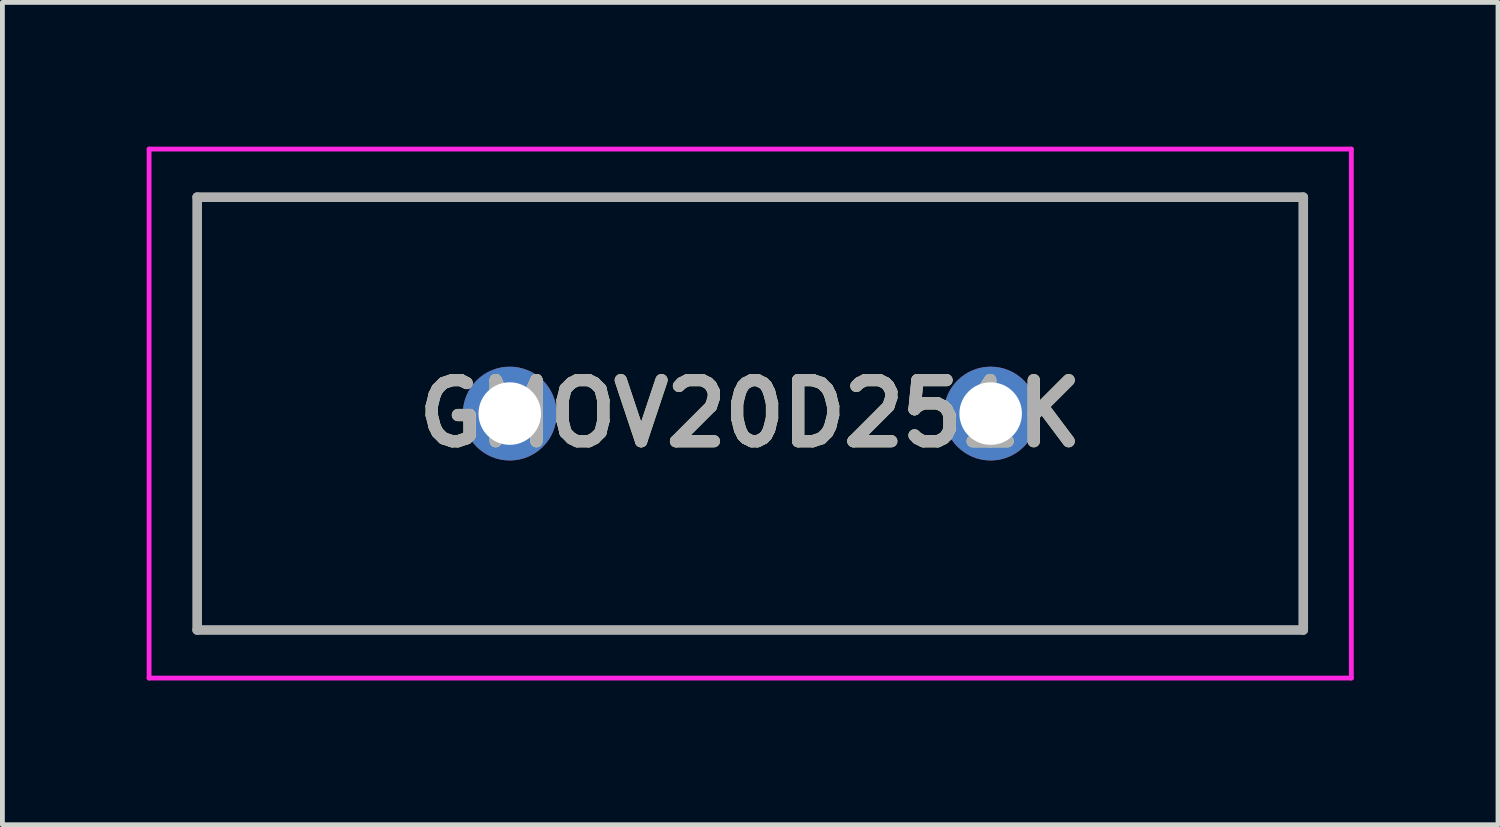
<source format=kicad_pcb>
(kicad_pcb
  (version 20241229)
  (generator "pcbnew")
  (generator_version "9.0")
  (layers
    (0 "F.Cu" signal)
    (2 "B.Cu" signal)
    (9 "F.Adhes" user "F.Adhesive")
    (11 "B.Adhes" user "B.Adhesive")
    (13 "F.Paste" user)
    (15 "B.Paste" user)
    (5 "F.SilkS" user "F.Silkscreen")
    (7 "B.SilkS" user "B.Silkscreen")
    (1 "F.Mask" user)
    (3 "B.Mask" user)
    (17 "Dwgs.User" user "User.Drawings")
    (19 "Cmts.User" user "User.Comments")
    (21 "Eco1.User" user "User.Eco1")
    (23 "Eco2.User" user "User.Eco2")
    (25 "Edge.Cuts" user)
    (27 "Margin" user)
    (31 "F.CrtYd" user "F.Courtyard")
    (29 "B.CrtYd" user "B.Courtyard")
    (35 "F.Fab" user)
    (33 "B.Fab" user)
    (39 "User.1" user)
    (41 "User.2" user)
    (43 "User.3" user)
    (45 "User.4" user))
  (footprint "GMOV20D251K"
    (layer "F.Cu")
    (at 7.55 5.55)
    (property "Reference" "GMOV20D251K" (at 5 0 0) (layer "F.SilkS") (effects (font (size 1.27 1.27) (thickness 0.254))))
    (attr through_hole)
    (fp_line (start -6.5 -4.5) (end 16.5 -4.5) (stroke (width 0.1) (type solid)) (layer "F.SilkS"))
    (fp_line (start -6.5 4.5) (end -6.5 -4.5) (stroke (width 0.1) (type solid)) (layer "F.SilkS"))
    (fp_line (start 16.5 -4.5) (end 16.5 4.5) (stroke (width 0.1) (type solid)) (layer "F.SilkS"))
    (fp_line (start 16.5 4.5) (end -6.5 4.5) (stroke (width 0.1) (type solid)) (layer "F.SilkS"))
    (fp_line (start -7.5 -5.5) (end 17.5 -5.5) (stroke (width 0.1) (type solid)) (layer "F.CrtYd"))
    (fp_line (start -7.5 5.5) (end -7.5 -5.5) (stroke (width 0.1) (type solid)) (layer "F.CrtYd"))
    (fp_line (start 17.5 -5.5) (end 17.5 5.5) (stroke (width 0.1) (type solid)) (layer "F.CrtYd"))
    (fp_line (start 17.5 5.5) (end -7.5 5.5) (stroke (width 0.1) (type solid)) (layer "F.CrtYd"))
    (fp_line (start -6.5 -4.5) (end -6.5 4.5) (stroke (width 0.2) (type solid)) (layer "F.Fab"))
    (fp_line (start -6.5 4.5) (end 16.5 4.5) (stroke (width 0.2) (type solid)) (layer "F.Fab"))
    (fp_line (start 16.5 -4.5) (end -6.5 -4.5) (stroke (width 0.2) (type solid)) (layer "F.Fab"))
    (fp_line (start 16.5 4.5) (end 16.5 -4.5) (stroke (width 0.2) (type solid)) (layer "F.Fab"))
    (fp_text user "${REFERENCE}" (at 5 0 0) (layer "F.Fab") (effects (font (size 1.27 1.27) (thickness 0.254))))
    (pad "1" thru_hole circle (at 0 0) (size 1.95 1.95) (drill 1.3) (layers "*.Cu" "*.Mask"))
    (pad "2" thru_hole circle (at 10 0) (size 1.95 1.95) (drill 1.3) (layers "*.Cu" "*.Mask")))
  (gr_rect
    (start -3 -3)
    (end 28.1 14.1)
    (stroke (width 0.1) (type default))
    (fill no)
    (layer "Edge.Cuts")))
</source>
